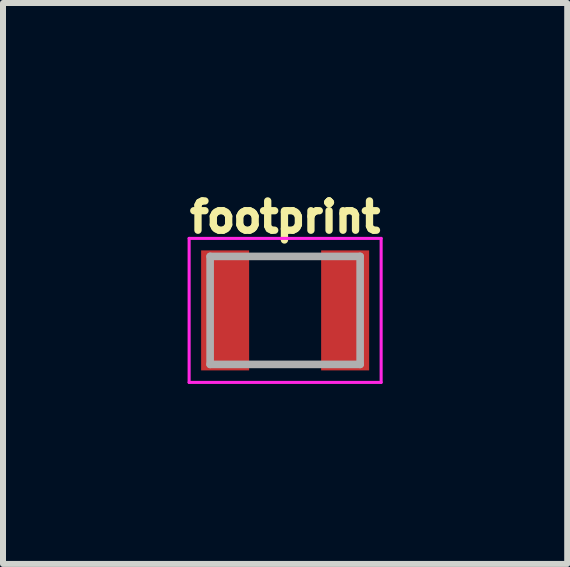
<source format=kicad_pcb>
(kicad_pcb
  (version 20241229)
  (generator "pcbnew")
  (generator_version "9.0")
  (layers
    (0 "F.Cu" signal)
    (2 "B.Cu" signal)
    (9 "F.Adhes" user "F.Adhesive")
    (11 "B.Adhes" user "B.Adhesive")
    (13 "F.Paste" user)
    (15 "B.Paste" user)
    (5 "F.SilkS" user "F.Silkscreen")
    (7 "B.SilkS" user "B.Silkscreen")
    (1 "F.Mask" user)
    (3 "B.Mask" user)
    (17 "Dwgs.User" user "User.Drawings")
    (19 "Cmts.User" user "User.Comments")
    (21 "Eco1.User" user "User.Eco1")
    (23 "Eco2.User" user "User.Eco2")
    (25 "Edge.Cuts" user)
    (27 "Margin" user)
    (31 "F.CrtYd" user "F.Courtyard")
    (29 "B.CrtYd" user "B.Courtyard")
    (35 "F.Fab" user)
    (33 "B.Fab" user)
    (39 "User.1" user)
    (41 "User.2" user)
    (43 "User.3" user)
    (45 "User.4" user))
  (footprint "footprint"
    (layer "F.Cu")
    (at 1.702 2.123)
    (property "Reference" "footprint" (at 0 -1.27 0) (layer "F.SilkS") (effects (font (size 0.488 0.488) (thickness 0.122)) (justify bottom)))
    (fp_line (start -1.6 -1.2) (end 1.6 -1.2) (stroke (width 0.051) (type solid)) (layer "F.CrtYd"))
    (fp_line (start -1.6 1.2) (end -1.6 -1.2) (stroke (width 0.051) (type solid)) (layer "F.CrtYd"))
    (fp_line (start 1.6 -1.2) (end 1.6 1.2) (stroke (width 0.051) (type solid)) (layer "F.CrtYd"))
    (fp_line (start 1.6 1.2) (end -1.6 1.2) (stroke (width 0.051) (type solid)) (layer "F.CrtYd"))
    (fp_line (start -1.25 -0.9) (end -1.25 0.9) (stroke (width 0.127) (type solid)) (layer "F.Fab"))
    (fp_line (start -1.25 0.9) (end 1.25 0.9) (stroke (width 0.127) (type solid)) (layer "F.Fab"))
    (fp_line (start 1.25 -0.9) (end -1.25 -0.9) (stroke (width 0.127) (type solid)) (layer "F.Fab"))
    (fp_line (start 1.25 0.9) (end 1.25 -0.9) (stroke (width 0.127) (type solid)) (layer "F.Fab"))
    (pad "1" smd rect (at -1 0 90) (size 2 0.8) (layers "F.Cu" "F.Mask" "F.Paste"))
    (pad "2" smd rect (at 1 0 90) (size 2 0.8) (layers "F.Cu" "F.Mask" "F.Paste")))
  (gr_rect
    (start -3 -3)
    (end 6.403 6.349)
    (stroke (width 0.1) (type default))
    (fill no)
    (layer "Edge.Cuts")))
</source>
